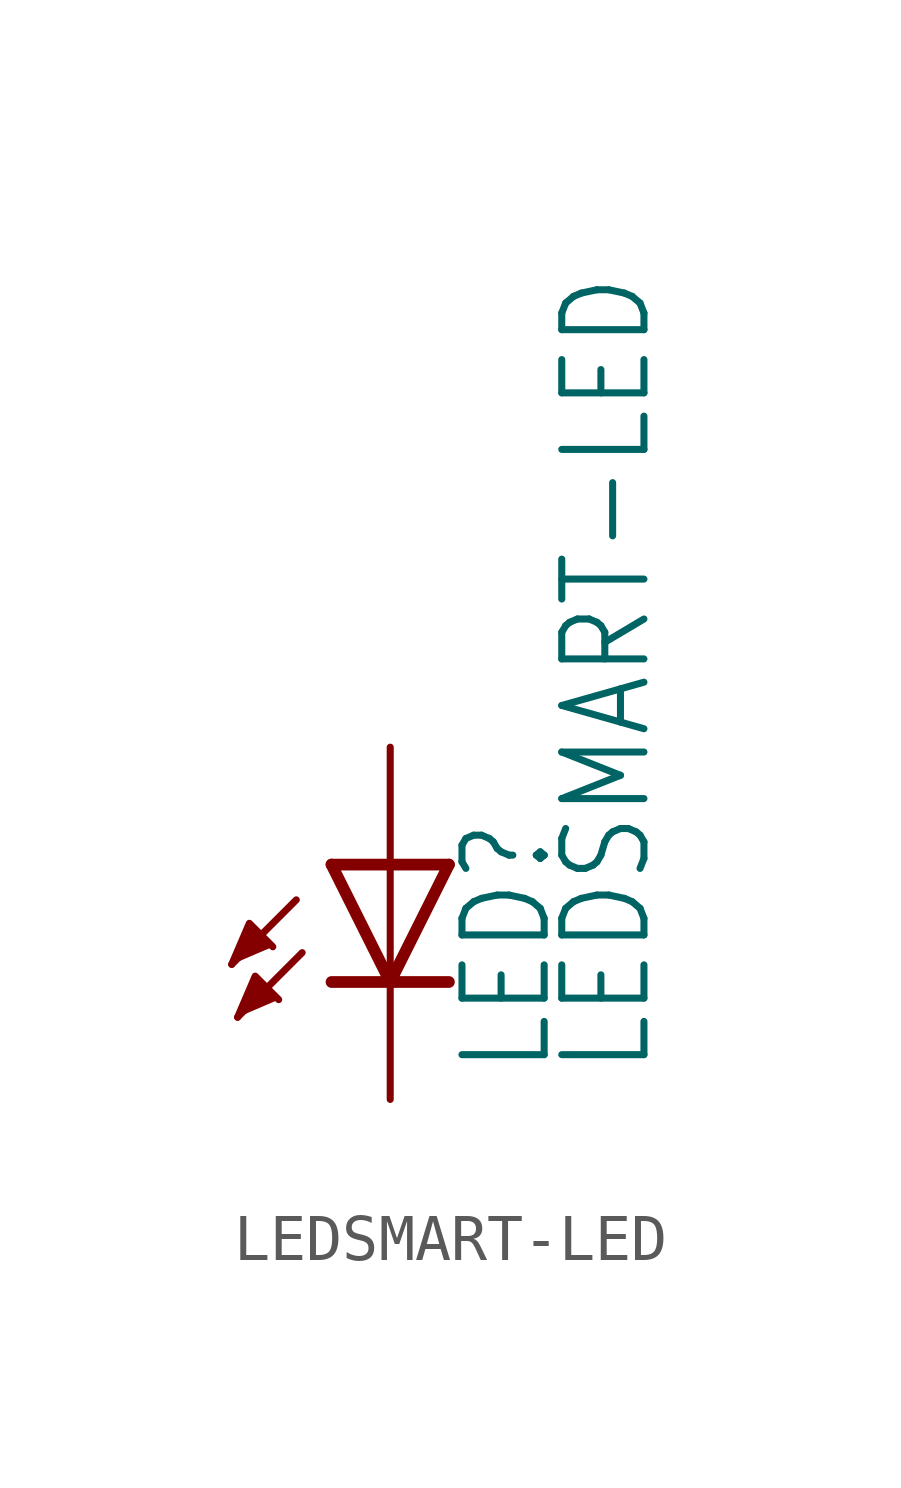
<source format=kicad_sym>
(kicad_symbol_lib
  (version 20201005)
  (generator kicad_symbol_editor)
  (symbol "LEDSMART-LED"
    (property "Reference" "LED"
      (at 3.556 -4.572 90)
      (effects (font (size 1.778 1.511)) (justify left bottom)))
    (property "Value" "LEDSMART-LED"
      (at 5.715 -4.572 90)
      (effects (font (size 1.778 1.511)) (justify left bottom)))
    (property "ki_locked" ""
      (at 0 0 0)
      (effects (font (size 1.27 1.27))))
    (symbol "LEDSMART-LED_1_0"
      (polyline (pts (xy 1.27 0) (xy 0 -2.54)) (stroke (width 0.254)) (fill (type none)))
      (polyline (pts (xy 0 -2.54) (xy -1.27 0)) (stroke (width 0.254)) (fill (type none)))
      (polyline (pts (xy 1.27 -2.54) (xy 0 -2.54)) (stroke (width 0.254)) (fill (type none)))
      (polyline (pts (xy 0 -2.54) (xy -1.27 -2.54)) (stroke (width 0.254)) (fill (type none)))
      (polyline (pts (xy 1.27 0) (xy 0 0)) (stroke (width 0.254)) (fill (type none)))
      (polyline (pts (xy 0 0) (xy -1.27 0)) (stroke (width 0.254)) (fill (type none)))
      (polyline (pts (xy 0 0) (xy 0 -2.54)) (stroke (width 0.152)) (fill (type none)))
      (polyline (pts (xy -2.032 -0.762) (xy -3.429 -2.159)) (stroke (width 0.152)) (fill (type none)))
      (polyline (pts (xy -1.905 -1.905) (xy -3.302 -3.302)) (stroke (width 0.152)) (fill (type none)))
      (polyline (pts (xy -3.429 -2.159) (xy -3.048 -1.27) (xy -2.54 -1.778)) (stroke (width 0)) (fill (type outline)))
      (polyline (pts (xy -3.302 -3.302) (xy -2.921 -2.413) (xy -2.413 -2.921)) (stroke (width 0)) (fill (type outline)))
      (pin passive line (at 0 -5.08 90) (length 2.54) (name "C" (effects (font (size 0 0)))) (number "B" (effects (font (size 0 0)))))
      (pin passive line (at 0 2.54 270) (length 2.54) (name "A" (effects (font (size 0 0)))) (number "A" (effects (font (size 0 0))))))))
</source>
